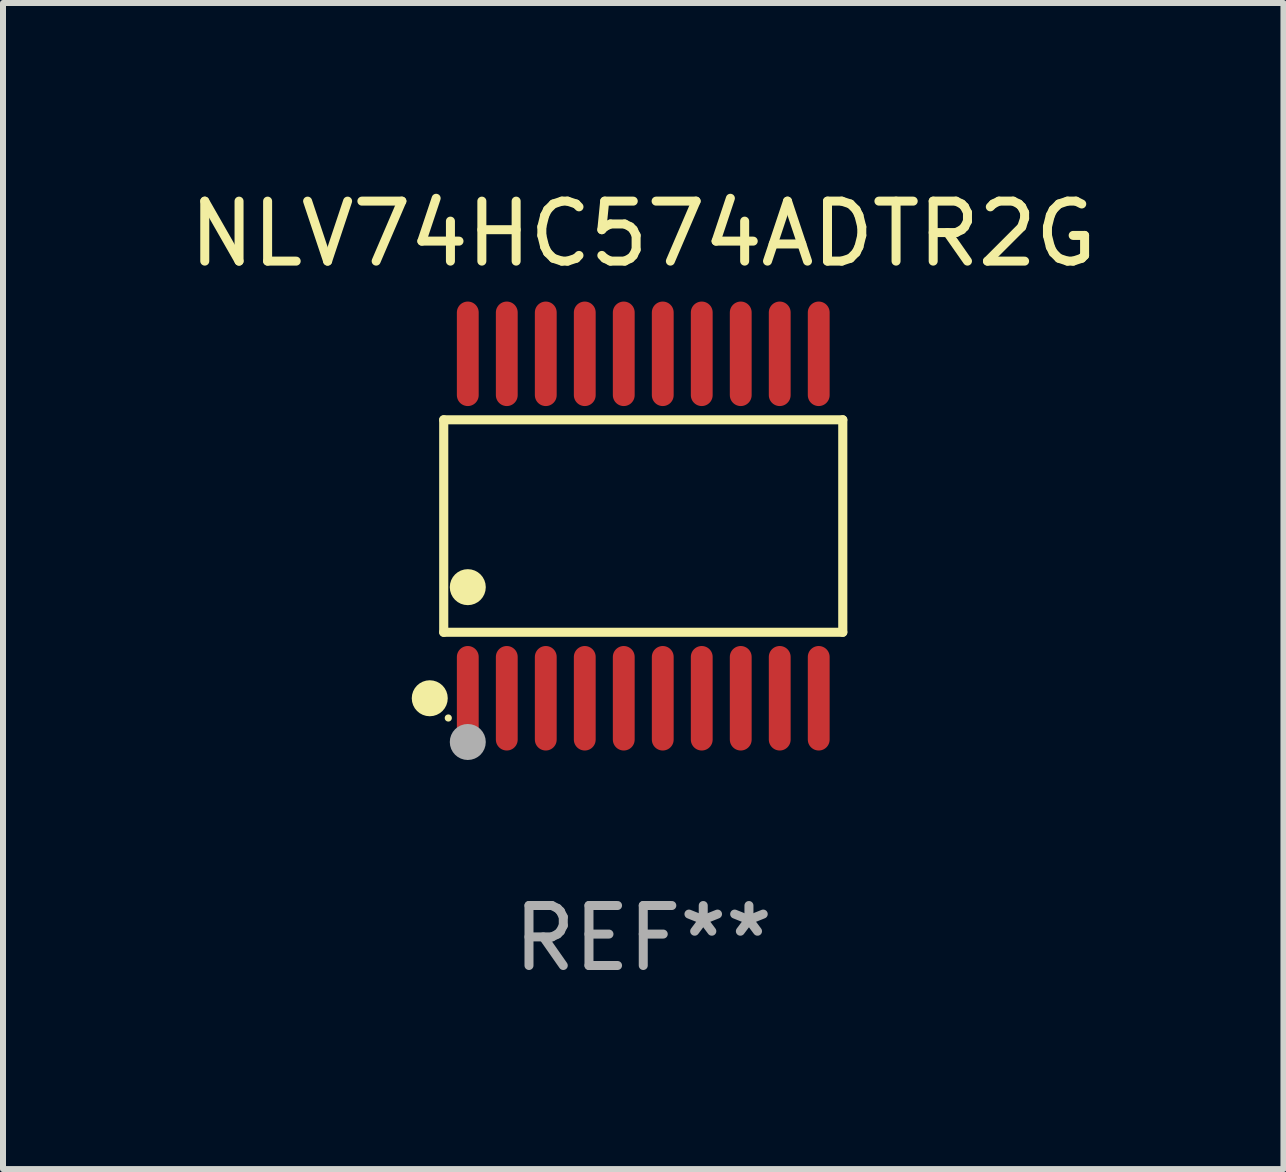
<source format=kicad_pcb>
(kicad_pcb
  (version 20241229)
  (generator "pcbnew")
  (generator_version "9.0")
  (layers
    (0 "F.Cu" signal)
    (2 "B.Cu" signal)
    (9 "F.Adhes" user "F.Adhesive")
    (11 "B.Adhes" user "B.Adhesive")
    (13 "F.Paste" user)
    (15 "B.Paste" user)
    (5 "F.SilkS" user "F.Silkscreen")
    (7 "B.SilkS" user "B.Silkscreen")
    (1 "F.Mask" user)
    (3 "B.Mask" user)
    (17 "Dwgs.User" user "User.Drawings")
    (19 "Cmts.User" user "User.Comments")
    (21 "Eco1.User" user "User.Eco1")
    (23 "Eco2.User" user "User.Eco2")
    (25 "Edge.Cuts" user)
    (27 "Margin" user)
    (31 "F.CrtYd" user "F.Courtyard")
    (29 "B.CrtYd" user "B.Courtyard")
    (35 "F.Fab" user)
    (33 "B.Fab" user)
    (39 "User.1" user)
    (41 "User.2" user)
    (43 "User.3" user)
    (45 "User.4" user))
  (footprint "NLV74HC574ADTR2G"
    (layer "F.Cu")
    (at 7.673 5.719)
    (property "Reference" "NLV74HC574ADTR2G" (at 0 -4.871 0) (layer "F.SilkS") (effects (font (size 1 1) (thickness 0.15))))
    (attr through_hole)
    (fp_line (start -3.326 -1.771) (end 3.326 -1.771) (stroke (width 0.152) (type solid)) (layer "F.SilkS"))
    (fp_line (start -3.326 1.771) (end -3.326 -1.771) (stroke (width 0.152) (type solid)) (layer "F.SilkS"))
    (fp_line (start 3.326 -1.771) (end 3.326 1.771) (stroke (width 0.152) (type solid)) (layer "F.SilkS"))
    (fp_line (start 3.326 1.771) (end -3.326 1.771) (stroke (width 0.152) (type solid)) (layer "F.SilkS"))
    (fp_circle (center -3.559 2.871) (end -3.409 2.871) (stroke (width 0.3) (type solid)) (fill no) (layer "F.SilkS"))
    (fp_circle (center -3.25 3.2) (end -3.22 3.2) (stroke (width 0.06) (type solid)) (fill no) (layer "F.SilkS"))
    (fp_circle (center -2.925 1.019) (end -2.775 1.019) (stroke (width 0.3) (type solid)) (fill no) (layer "F.SilkS"))
    (fp_circle (center -2.925 3.6) (end -2.775 3.6) (stroke (width 0.3) (type solid)) (fill no) (layer "F.Fab"))
    (fp_text user "REF**" (at 0 6.871 0) (layer "F.Fab") (effects (font (size 1 1) (thickness 0.15))))
    (pad "1" smd oval (at -2.925 2.871) (size 0.364 1.742) (layers "F.Cu" "F.Mask" "F.Paste"))
    (pad "2" smd oval (at -2.275 2.871) (size 0.364 1.742) (layers "F.Cu" "F.Mask" "F.Paste"))
    (pad "3" smd oval (at -1.625 2.871) (size 0.364 1.742) (layers "F.Cu" "F.Mask" "F.Paste"))
    (pad "4" smd oval (at -0.975 2.871) (size 0.364 1.742) (layers "F.Cu" "F.Mask" "F.Paste"))
    (pad "5" smd oval (at -0.325 2.871) (size 0.364 1.742) (layers "F.Cu" "F.Mask" "F.Paste"))
    (pad "6" smd oval (at 0.325 2.871) (size 0.364 1.742) (layers "F.Cu" "F.Mask" "F.Paste"))
    (pad "7" smd oval (at 0.975 2.871) (size 0.364 1.742) (layers "F.Cu" "F.Mask" "F.Paste"))
    (pad "8" smd oval (at 1.625 2.871) (size 0.364 1.742) (layers "F.Cu" "F.Mask" "F.Paste"))
    (pad "9" smd oval (at 2.275 2.871) (size 0.364 1.742) (layers "F.Cu" "F.Mask" "F.Paste"))
    (pad "10" smd oval (at 2.925 2.871) (size 0.364 1.742) (layers "F.Cu" "F.Mask" "F.Paste"))
    (pad "11" smd oval (at 2.925 -2.871) (size 0.364 1.742) (layers "F.Cu" "F.Mask" "F.Paste"))
    (pad "12" smd oval (at 2.275 -2.871) (size 0.364 1.742) (layers "F.Cu" "F.Mask" "F.Paste"))
    (pad "13" smd oval (at 1.625 -2.871) (size 0.364 1.742) (layers "F.Cu" "F.Mask" "F.Paste"))
    (pad "14" smd oval (at 0.975 -2.871) (size 0.364 1.742) (layers "F.Cu" "F.Mask" "F.Paste"))
    (pad "15" smd oval (at 0.325 -2.871) (size 0.364 1.742) (layers "F.Cu" "F.Mask" "F.Paste"))
    (pad "16" smd oval (at -0.325 -2.871) (size 0.364 1.742) (layers "F.Cu" "F.Mask" "F.Paste"))
    (pad "17" smd oval (at -0.975 -2.871) (size 0.364 1.742) (layers "F.Cu" "F.Mask" "F.Paste"))
    (pad "18" smd oval (at -1.625 -2.871) (size 0.364 1.742) (layers "F.Cu" "F.Mask" "F.Paste"))
    (pad "19" smd oval (at -2.275 -2.871) (size 0.364 1.742) (layers "F.Cu" "F.Mask" "F.Paste"))
    (pad "20" smd oval (at -2.925 -2.871) (size 0.364 1.742) (layers "F.Cu" "F.Mask" "F.Paste")))
  (gr_rect
    (start -3 -3)
    (end 18.345 16.438)
    (stroke (width 0.1) (type default))
    (fill no)
    (layer "Edge.Cuts")))
</source>
